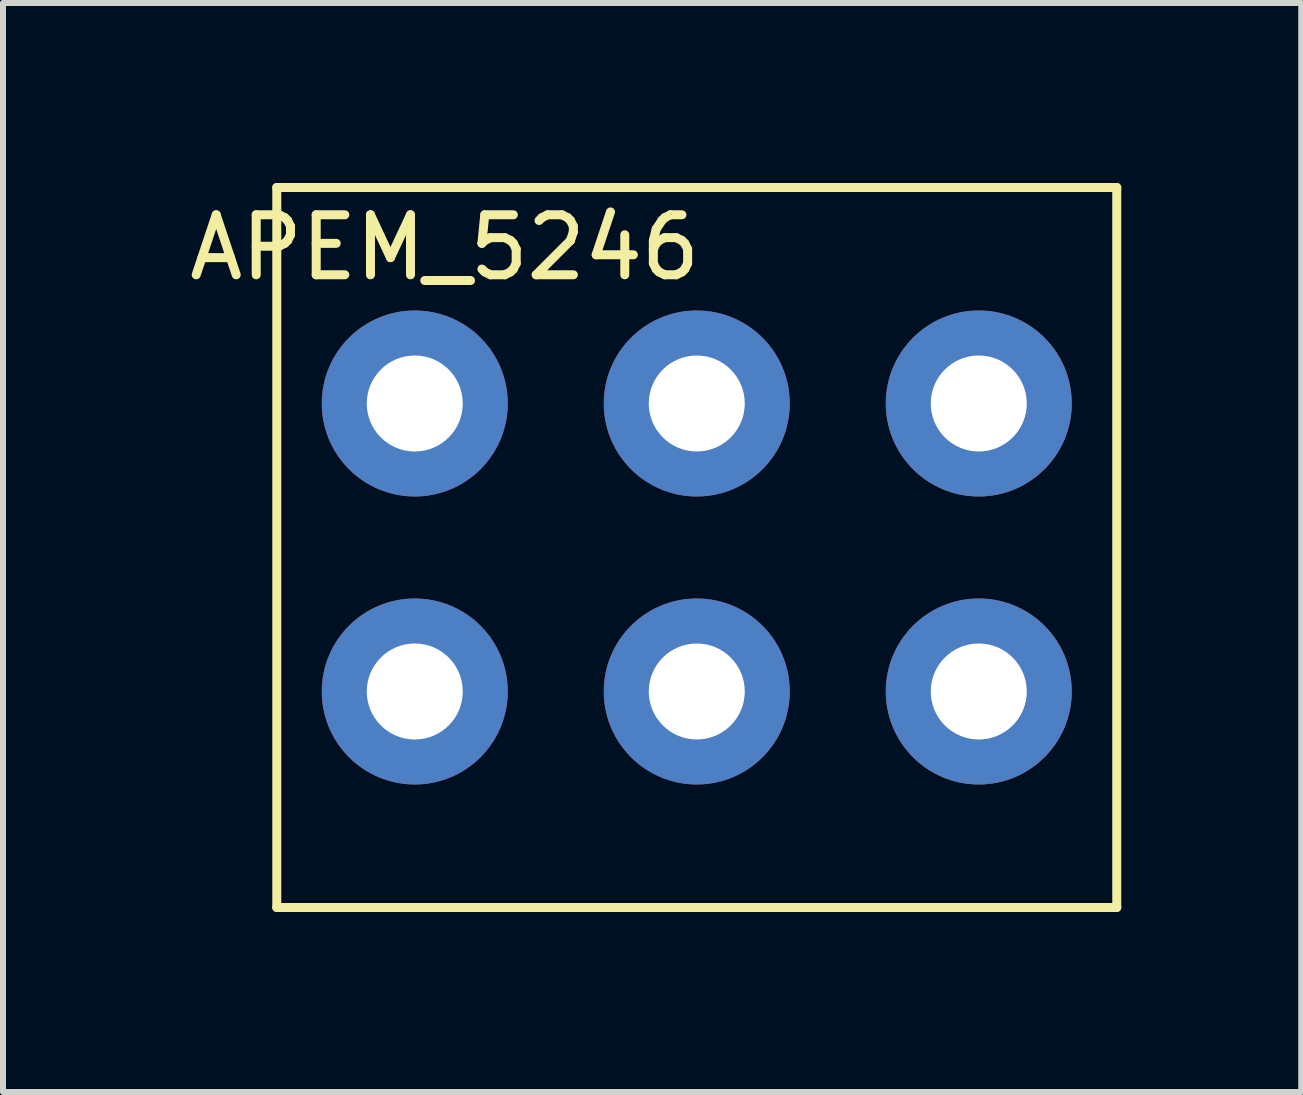
<source format=kicad_pcb>
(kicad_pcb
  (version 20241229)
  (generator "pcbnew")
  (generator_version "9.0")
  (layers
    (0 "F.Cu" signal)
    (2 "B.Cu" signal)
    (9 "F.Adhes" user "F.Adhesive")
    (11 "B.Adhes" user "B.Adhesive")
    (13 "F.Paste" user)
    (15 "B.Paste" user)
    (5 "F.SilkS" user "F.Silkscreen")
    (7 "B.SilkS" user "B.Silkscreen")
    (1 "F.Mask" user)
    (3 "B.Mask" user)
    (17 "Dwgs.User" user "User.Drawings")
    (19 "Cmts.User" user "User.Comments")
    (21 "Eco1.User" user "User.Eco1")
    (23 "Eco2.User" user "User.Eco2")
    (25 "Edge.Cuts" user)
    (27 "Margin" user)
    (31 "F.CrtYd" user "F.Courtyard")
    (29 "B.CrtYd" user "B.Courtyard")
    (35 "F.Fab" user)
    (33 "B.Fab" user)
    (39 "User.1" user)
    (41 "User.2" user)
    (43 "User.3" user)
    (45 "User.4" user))
  (footprint "APEM_5246"
    (layer "F.Cu")
    (at 8.563 6.075)
    (property "Reference" "APEM_5246" (at -4.2 -5 0) (layer "F.SilkS") (effects (font (size 1 1) (thickness 0.15))))
    (attr through_hole)
    (fp_line (start -7 -6) (end -7 6) (stroke (width 0.15) (type solid)) (layer "F.SilkS"))
    (fp_line (start -7 6) (end 7 6) (stroke (width 0.15) (type solid)) (layer "F.SilkS"))
    (fp_line (start 7 -6) (end -7 -6) (stroke (width 0.15) (type solid)) (layer "F.SilkS"))
    (fp_line (start 7 6) (end 7 -6) (stroke (width 0.15) (type solid)) (layer "F.SilkS"))
    (pad "1" thru_hole circle (at 4.7 -2.4) (size 3.1 3.1) (drill 1.6) (layers "*.Cu" "*.Mask"))
    (pad "2" thru_hole circle (at 0 -2.4) (size 3.1 3.1) (drill 1.6) (layers "*.Cu" "*.Mask"))
    (pad "3" thru_hole circle (at -4.7 -2.4) (size 3.1 3.1) (drill 1.6) (layers "*.Cu" "*.Mask"))
    (pad "4" thru_hole circle (at 4.7 2.4) (size 3.1 3.1) (drill 1.6) (layers "*.Cu" "*.Mask"))
    (pad "5" thru_hole circle (at 0 2.4) (size 3.1 3.1) (drill 1.6) (layers "*.Cu" "*.Mask"))
    (pad "6" thru_hole circle (at -4.7 2.4) (size 3.1 3.1) (drill 1.6) (layers "*.Cu" "*.Mask")))
  (gr_rect
    (start -3 -3)
    (end 18.638 15.15)
    (stroke (width 0.1) (type default))
    (fill no)
    (layer "Edge.Cuts")))
</source>
